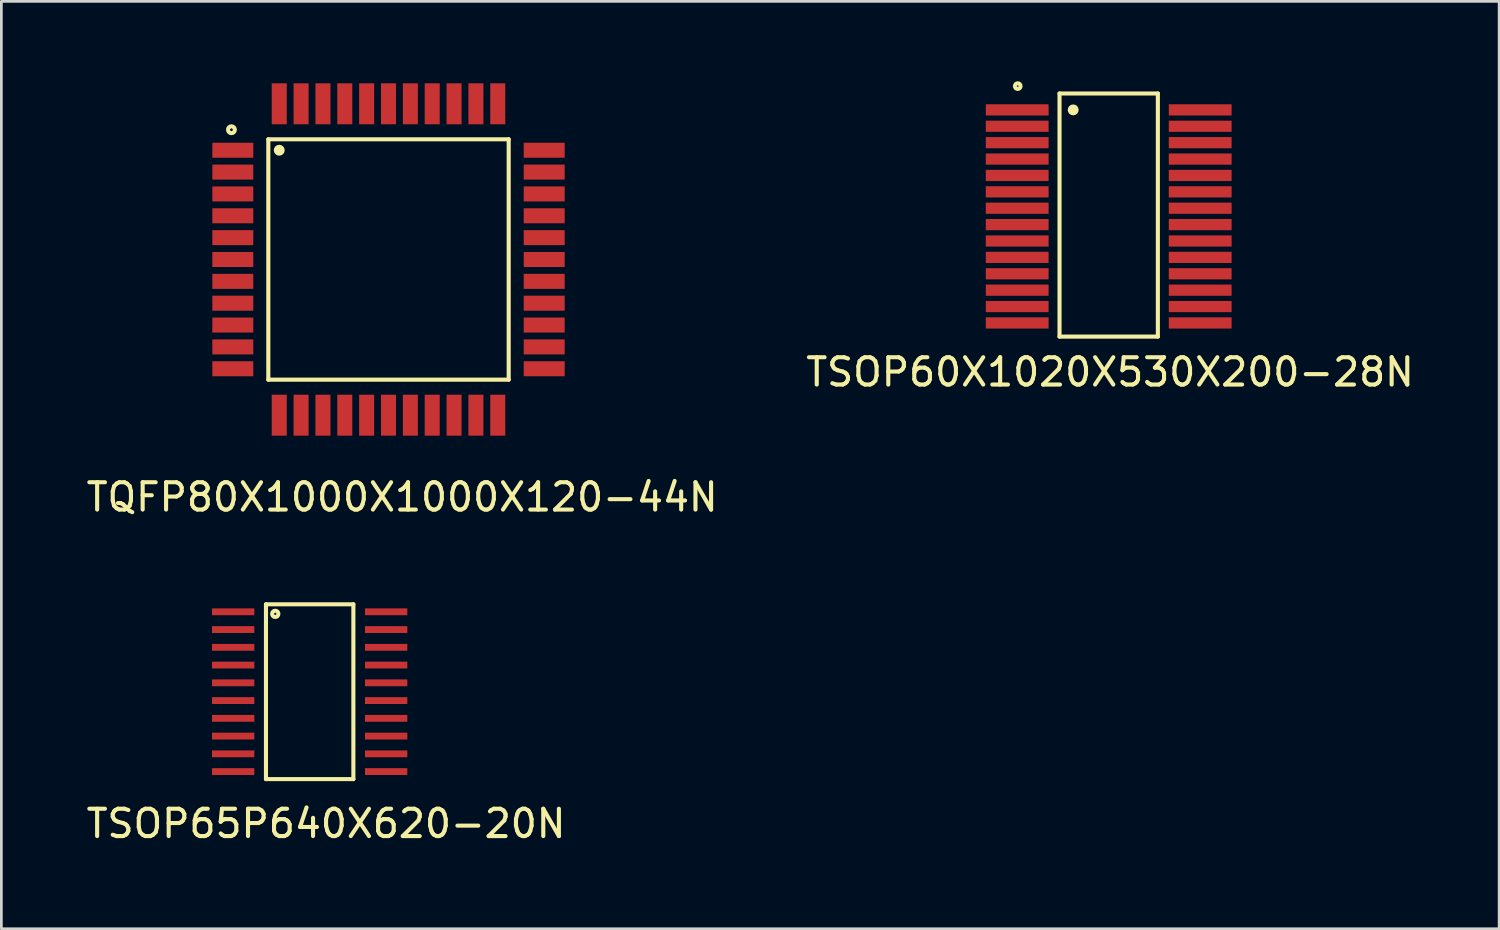
<source format=kicad_pcb>
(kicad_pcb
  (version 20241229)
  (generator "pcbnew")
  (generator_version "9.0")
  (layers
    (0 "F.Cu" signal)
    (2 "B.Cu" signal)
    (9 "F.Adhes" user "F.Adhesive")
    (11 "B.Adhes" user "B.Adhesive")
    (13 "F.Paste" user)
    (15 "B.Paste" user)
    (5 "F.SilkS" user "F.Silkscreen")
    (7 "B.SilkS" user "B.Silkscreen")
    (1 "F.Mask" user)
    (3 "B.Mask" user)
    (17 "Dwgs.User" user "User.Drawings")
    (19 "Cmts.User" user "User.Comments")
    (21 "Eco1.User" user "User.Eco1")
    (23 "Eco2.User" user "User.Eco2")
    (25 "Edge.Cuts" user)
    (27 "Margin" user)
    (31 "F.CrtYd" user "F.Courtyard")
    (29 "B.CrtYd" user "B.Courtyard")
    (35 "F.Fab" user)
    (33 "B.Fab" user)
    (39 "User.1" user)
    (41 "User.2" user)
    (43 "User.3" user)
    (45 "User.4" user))
  (footprint "TSOP60X1020X530X200-28N"
    (layer "F.Cu")
    (at 37.539 4.873)
    (property "Reference" "TSOP60X1020X530X200-28N" (at 0.05 5.7 0) (layer "F.SilkS") (effects (font (size 1 1) (thickness 0.15))))
    (attr through_hole)
    (fp_line (start -1.8 -4.5) (end 1.8 -4.5) (stroke (width 0.15) (type solid)) (layer "F.SilkS"))
    (fp_line (start -1.8 4.4) (end -1.8 -4.5) (stroke (width 0.15) (type solid)) (layer "F.SilkS"))
    (fp_line (start 1.8 -4.5) (end 1.8 4.4) (stroke (width 0.15) (type solid)) (layer "F.SilkS"))
    (fp_line (start 1.8 4.4) (end -1.8 4.4) (stroke (width 0.15) (type solid)) (layer "F.SilkS"))
    (fp_circle (center -3.33 -4.77) (end -3.31 -4.75) (stroke (width 0.15) (type solid)) (fill no) (layer "F.SilkS"))
    (fp_circle (center -1.3 -3.9) (end -1.2 -3.9) (stroke (width 0.2) (type solid)) (fill no) (layer "F.SilkS"))
    (pad "1" smd rect (at -3.35 -3.9) (size 2.3 0.41) (layers "F.Cu" "F.Mask" "F.Paste"))
    (pad "2" smd rect (at -3.35 -3.3) (size 2.3 0.41) (layers "F.Cu" "F.Mask" "F.Paste"))
    (pad "3" smd rect (at -3.35 -2.7) (size 2.3 0.41) (layers "F.Cu" "F.Mask" "F.Paste"))
    (pad "4" smd rect (at -3.35 -2.1) (size 2.3 0.41) (layers "F.Cu" "F.Mask" "F.Paste"))
    (pad "5" smd rect (at -3.35 -1.5) (size 2.3 0.41) (layers "F.Cu" "F.Mask" "F.Paste"))
    (pad "6" smd rect (at -3.35 -0.9) (size 2.3 0.41) (layers "F.Cu" "F.Mask" "F.Paste"))
    (pad "7" smd rect (at -3.35 -0.3) (size 2.3 0.41) (layers "F.Cu" "F.Mask" "F.Paste"))
    (pad "8" smd rect (at -3.35 0.3) (size 2.3 0.41) (layers "F.Cu" "F.Mask" "F.Paste"))
    (pad "9" smd rect (at -3.35 0.9) (size 2.3 0.41) (layers "F.Cu" "F.Mask" "F.Paste"))
    (pad "10" smd rect (at -3.35 1.5) (size 2.3 0.41) (layers "F.Cu" "F.Mask" "F.Paste"))
    (pad "11" smd rect (at -3.35 2.1) (size 2.3 0.41) (layers "F.Cu" "F.Mask" "F.Paste"))
    (pad "12" smd rect (at -3.35 2.7) (size 2.3 0.41) (layers "F.Cu" "F.Mask" "F.Paste"))
    (pad "13" smd rect (at -3.35 3.3) (size 2.3 0.41) (layers "F.Cu" "F.Mask" "F.Paste"))
    (pad "14" smd rect (at -3.35 3.9) (size 2.3 0.41) (layers "F.Cu" "F.Mask" "F.Paste"))
    (pad "15" smd rect (at 3.35 3.9) (size 2.3 0.41) (layers "F.Cu" "F.Mask" "F.Paste"))
    (pad "16" smd rect (at 3.35 3.3) (size 2.3 0.41) (layers "F.Cu" "F.Mask" "F.Paste"))
    (pad "17" smd rect (at 3.35 2.7) (size 2.3 0.41) (layers "F.Cu" "F.Mask" "F.Paste"))
    (pad "18" smd rect (at 3.35 2.1) (size 2.3 0.41) (layers "F.Cu" "F.Mask" "F.Paste"))
    (pad "19" smd rect (at 3.35 1.5) (size 2.3 0.41) (layers "F.Cu" "F.Mask" "F.Paste"))
    (pad "20" smd rect (at 3.35 0.9) (size 2.3 0.41) (layers "F.Cu" "F.Mask" "F.Paste"))
    (pad "21" smd rect (at 3.35 0.3) (size 2.3 0.41) (layers "F.Cu" "F.Mask" "F.Paste"))
    (pad "22" smd rect (at 3.35 -0.3) (size 2.3 0.41) (layers "F.Cu" "F.Mask" "F.Paste"))
    (pad "23" smd rect (at 3.35 -0.9) (size 2.3 0.41) (layers "F.Cu" "F.Mask" "F.Paste"))
    (pad "24" smd rect (at 3.35 -1.5) (size 2.3 0.41) (layers "F.Cu" "F.Mask" "F.Paste"))
    (pad "25" smd rect (at 3.35 -2.1) (size 2.3 0.41) (layers "F.Cu" "F.Mask" "F.Paste"))
    (pad "26" smd rect (at 3.35 -2.7) (size 2.3 0.41) (layers "F.Cu" "F.Mask" "F.Paste"))
    (pad "27" smd rect (at 3.35 -3.3) (size 2.3 0.41) (layers "F.Cu" "F.Mask" "F.Paste"))
    (pad "28" smd rect (at 3.35 -3.9) (size 2.3 0.41) (layers "F.Cu" "F.Mask" "F.Paste")))
  (footprint "TSOP65P640X620-20N"
    (layer "F.Cu")
    (at 8.287 22.273)
    (property "Reference" "TSOP65P640X620-20N" (at 0.6 4.83 0) (layer "F.SilkS") (effects (font (size 1 1) (thickness 0.15))))
    (attr through_hole)
    (fp_line (start -1.6 -3.2) (end 1.6 -3.2) (stroke (width 0.15) (type solid)) (layer "F.SilkS"))
    (fp_line (start -1.6 3.2) (end -1.6 -3.2) (stroke (width 0.15) (type solid)) (layer "F.SilkS"))
    (fp_line (start 1.6 -3.2) (end 1.6 3.2) (stroke (width 0.15) (type solid)) (layer "F.SilkS"))
    (fp_line (start 1.6 3.2) (end -1.6 3.2) (stroke (width 0.15) (type solid)) (layer "F.SilkS"))
    (fp_circle (center -1.26 -2.85) (end -1.22 -2.85) (stroke (width 0.15) (type solid)) (fill no) (layer "F.SilkS"))
    (pad "1" smd rect (at -2.8 -2.925 90) (size 0.25 1.55) (layers "F.Cu" "F.Mask" "F.Paste"))
    (pad "2" smd rect (at -2.8 -2.275 90) (size 0.25 1.55) (layers "F.Cu" "F.Mask" "F.Paste"))
    (pad "3" smd rect (at -2.8 -1.625 90) (size 0.25 1.55) (layers "F.Cu" "F.Mask" "F.Paste"))
    (pad "4" smd rect (at -2.8 -0.975 90) (size 0.25 1.55) (layers "F.Cu" "F.Mask" "F.Paste"))
    (pad "5" smd rect (at -2.8 -0.325 90) (size 0.25 1.55) (layers "F.Cu" "F.Mask" "F.Paste"))
    (pad "6" smd rect (at -2.8 0.325 90) (size 0.25 1.55) (layers "F.Cu" "F.Mask" "F.Paste"))
    (pad "7" smd rect (at -2.8 0.975 90) (size 0.25 1.55) (layers "F.Cu" "F.Mask" "F.Paste"))
    (pad "8" smd rect (at -2.8 1.625 90) (size 0.25 1.55) (layers "F.Cu" "F.Mask" "F.Paste"))
    (pad "9" smd rect (at -2.8 2.275 90) (size 0.25 1.55) (layers "F.Cu" "F.Mask" "F.Paste"))
    (pad "10" smd rect (at -2.8 2.925 90) (size 0.25 1.55) (layers "F.Cu" "F.Mask" "F.Paste"))
    (pad "11" smd rect (at 2.8 2.925 90) (size 0.25 1.55) (layers "F.Cu" "F.Mask" "F.Paste"))
    (pad "12" smd rect (at 2.8 2.275 90) (size 0.25 1.55) (layers "F.Cu" "F.Mask" "F.Paste"))
    (pad "13" smd rect (at 2.8 1.625 90) (size 0.25 1.55) (layers "F.Cu" "F.Mask" "F.Paste"))
    (pad "14" smd rect (at 2.8 0.975 90) (size 0.25 1.55) (layers "F.Cu" "F.Mask" "F.Paste"))
    (pad "15" smd rect (at 2.8 0.325 90) (size 0.25 1.55) (layers "F.Cu" "F.Mask" "F.Paste"))
    (pad "16" smd rect (at 2.8 -0.325 90) (size 0.25 1.55) (layers "F.Cu" "F.Mask" "F.Paste"))
    (pad "17" smd rect (at 2.8 -0.975 90) (size 0.25 1.55) (layers "F.Cu" "F.Mask" "F.Paste"))
    (pad "18" smd rect (at 2.8 -1.625 90) (size 0.25 1.55) (layers "F.Cu" "F.Mask" "F.Paste"))
    (pad "19" smd rect (at 2.8 -2.275 90) (size 0.25 1.55) (layers "F.Cu" "F.Mask" "F.Paste"))
    (pad "20" smd rect (at 2.8 -2.925 90) (size 0.25 1.55) (layers "F.Cu" "F.Mask" "F.Paste")))
  (footprint "TQFP80X1000X1000X120-44N"
    (layer "F.Cu")
    (at 11.173 6.45)
    (property "Reference" "TQFP80X1000X1000X120-44N" (at 0.5 8.7 0) (layer "F.SilkS") (effects (font (size 1 1) (thickness 0.15))))
    (attr through_hole)
    (fp_line (start -4.4 -4.4) (end -4.4 4.4) (stroke (width 0.15) (type solid)) (layer "F.SilkS"))
    (fp_line (start -4.4 4.4) (end 4.4 4.4) (stroke (width 0.15) (type solid)) (layer "F.SilkS"))
    (fp_line (start 4.4 -4.4) (end -4.4 -4.4) (stroke (width 0.15) (type solid)) (layer "F.SilkS"))
    (fp_line (start 4.4 4.4) (end 4.4 -4.4) (stroke (width 0.15) (type solid)) (layer "F.SilkS"))
    (fp_circle (center -5.75 -4.75) (end -5.7 -4.75) (stroke (width 0.15) (type solid)) (fill no) (layer "F.SilkS"))
    (fp_circle (center -4 -4) (end -4 -3.9) (stroke (width 0.2) (type solid)) (fill no) (layer "F.SilkS"))
    (pad "1" smd rect (at -5.7 -4) (size 1.5 0.55) (layers "F.Cu" "F.Mask" "F.Paste"))
    (pad "2" smd rect (at -5.7 -3.2) (size 1.5 0.55) (layers "F.Cu" "F.Mask" "F.Paste"))
    (pad "3" smd rect (at -5.7 -2.4) (size 1.5 0.55) (layers "F.Cu" "F.Mask" "F.Paste"))
    (pad "4" smd rect (at -5.7 -1.6) (size 1.5 0.55) (layers "F.Cu" "F.Mask" "F.Paste"))
    (pad "5" smd rect (at -5.7 -0.8) (size 1.5 0.55) (layers "F.Cu" "F.Mask" "F.Paste"))
    (pad "6" smd rect (at -5.7 0) (size 1.5 0.55) (layers "F.Cu" "F.Mask" "F.Paste"))
    (pad "7" smd rect (at -5.7 0.8) (size 1.5 0.55) (layers "F.Cu" "F.Mask" "F.Paste"))
    (pad "8" smd rect (at -5.7 1.6) (size 1.5 0.55) (layers "F.Cu" "F.Mask" "F.Paste"))
    (pad "9" smd rect (at -5.7 2.4) (size 1.5 0.55) (layers "F.Cu" "F.Mask" "F.Paste"))
    (pad "10" smd rect (at -5.7 3.2) (size 1.5 0.55) (layers "F.Cu" "F.Mask" "F.Paste"))
    (pad "11" smd rect (at -5.7 4) (size 1.5 0.55) (layers "F.Cu" "F.Mask" "F.Paste"))
    (pad "12" smd rect (at -4 5.7 90) (size 1.5 0.55) (layers "F.Cu" "F.Mask" "F.Paste"))
    (pad "13" smd rect (at -3.2 5.7 90) (size 1.5 0.55) (layers "F.Cu" "F.Mask" "F.Paste"))
    (pad "14" smd rect (at -2.4 5.7 90) (size 1.5 0.55) (layers "F.Cu" "F.Mask" "F.Paste"))
    (pad "15" smd rect (at -1.6 5.7 90) (size 1.5 0.55) (layers "F.Cu" "F.Mask" "F.Paste"))
    (pad "16" smd rect (at -0.8 5.7 90) (size 1.5 0.55) (layers "F.Cu" "F.Mask" "F.Paste"))
    (pad "17" smd rect (at 0 5.7 90) (size 1.5 0.55) (layers "F.Cu" "F.Mask" "F.Paste"))
    (pad "18" smd rect (at 0.8 5.7 90) (size 1.5 0.55) (layers "F.Cu" "F.Mask" "F.Paste"))
    (pad "19" smd rect (at 1.6 5.7 90) (size 1.5 0.55) (layers "F.Cu" "F.Mask" "F.Paste"))
    (pad "20" smd rect (at 2.4 5.7 90) (size 1.5 0.55) (layers "F.Cu" "F.Mask" "F.Paste"))
    (pad "21" smd rect (at 3.2 5.7 90) (size 1.5 0.55) (layers "F.Cu" "F.Mask" "F.Paste"))
    (pad "22" smd rect (at 4 5.7 90) (size 1.5 0.55) (layers "F.Cu" "F.Mask" "F.Paste"))
    (pad "23" smd rect (at 5.7 4) (size 1.5 0.55) (layers "F.Cu" "F.Mask" "F.Paste"))
    (pad "24" smd rect (at 5.7 3.2) (size 1.5 0.55) (layers "F.Cu" "F.Mask" "F.Paste"))
    (pad "25" smd rect (at 5.7 2.4) (size 1.5 0.55) (layers "F.Cu" "F.Mask" "F.Paste"))
    (pad "26" smd rect (at 5.7 1.6) (size 1.5 0.55) (layers "F.Cu" "F.Mask" "F.Paste"))
    (pad "27" smd rect (at 5.7 0.8) (size 1.5 0.55) (layers "F.Cu" "F.Mask" "F.Paste"))
    (pad "28" smd rect (at 5.7 0) (size 1.5 0.55) (layers "F.Cu" "F.Mask" "F.Paste"))
    (pad "29" smd rect (at 5.7 -0.8) (size 1.5 0.55) (layers "F.Cu" "F.Mask" "F.Paste"))
    (pad "30" smd rect (at 5.7 -1.6) (size 1.5 0.55) (layers "F.Cu" "F.Mask" "F.Paste"))
    (pad "31" smd rect (at 5.7 -2.4) (size 1.5 0.55) (layers "F.Cu" "F.Mask" "F.Paste"))
    (pad "32" smd rect (at 5.7 -3.2) (size 1.5 0.55) (layers "F.Cu" "F.Mask" "F.Paste"))
    (pad "33" smd rect (at 5.7 -4) (size 1.5 0.55) (layers "F.Cu" "F.Mask" "F.Paste"))
    (pad "34" smd rect (at 4 -5.7 90) (size 1.5 0.55) (layers "F.Cu" "F.Mask" "F.Paste"))
    (pad "35" smd rect (at 3.2 -5.7 90) (size 1.5 0.55) (layers "F.Cu" "F.Mask" "F.Paste"))
    (pad "36" smd rect (at 2.4 -5.7 90) (size 1.5 0.55) (layers "F.Cu" "F.Mask" "F.Paste"))
    (pad "37" smd rect (at 1.6 -5.7 90) (size 1.5 0.55) (layers "F.Cu" "F.Mask" "F.Paste"))
    (pad "38" smd rect (at 0.8 -5.7 90) (size 1.5 0.55) (layers "F.Cu" "F.Mask" "F.Paste"))
    (pad "39" smd rect (at 0 -5.7 90) (size 1.5 0.55) (layers "F.Cu" "F.Mask" "F.Paste"))
    (pad "40" smd rect (at -0.8 -5.7 90) (size 1.5 0.55) (layers "F.Cu" "F.Mask" "F.Paste"))
    (pad "41" smd rect (at -1.6 -5.7 90) (size 1.5 0.55) (layers "F.Cu" "F.Mask" "F.Paste"))
    (pad "42" smd rect (at -2.4 -5.7 90) (size 1.5 0.55) (layers "F.Cu" "F.Mask" "F.Paste"))
    (pad "43" smd rect (at -3.2 -5.7 90) (size 1.5 0.55) (layers "F.Cu" "F.Mask" "F.Paste"))
    (pad "44" smd rect (at -4 -5.7 90) (size 1.5 0.55) (layers "F.Cu" "F.Mask" "F.Paste")))
  (gr_rect
    (start -3 -3)
    (end 51.833 30.951)
    (stroke (width 0.1) (type default))
    (fill no)
    (layer "Edge.Cuts")))
</source>
